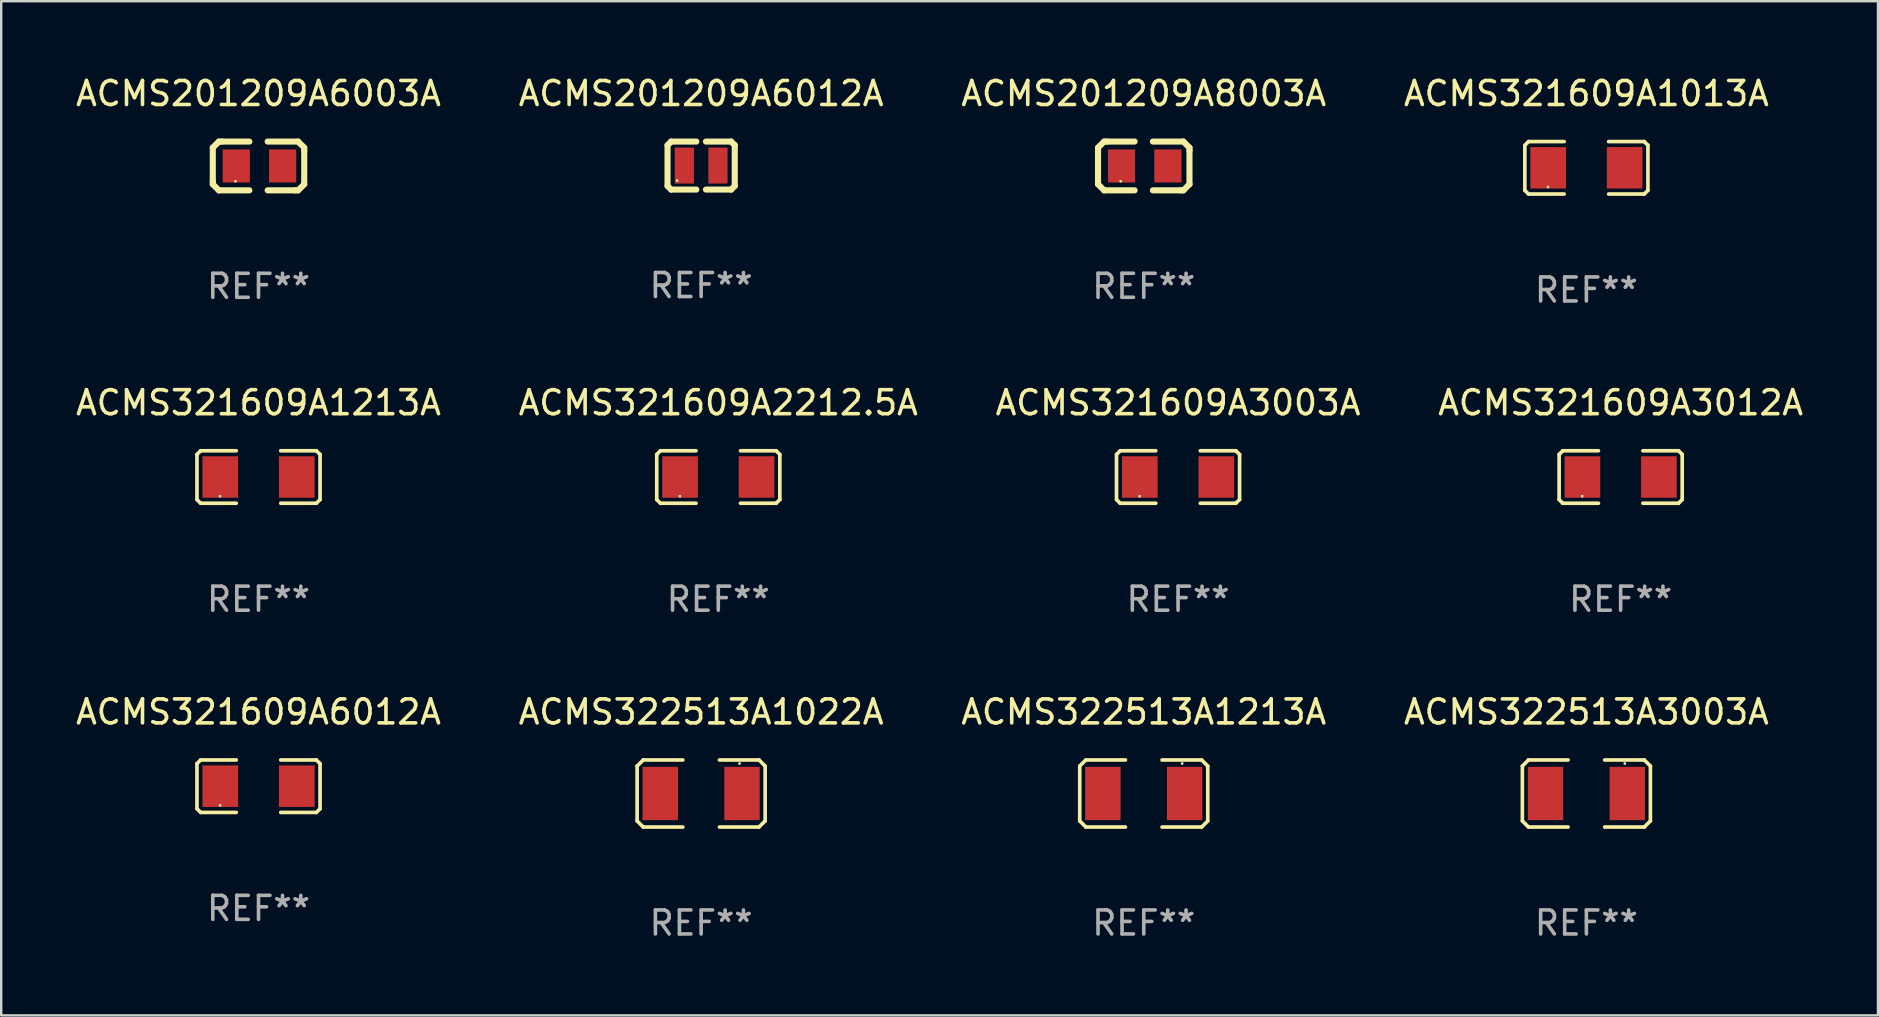
<source format=kicad_pcb>
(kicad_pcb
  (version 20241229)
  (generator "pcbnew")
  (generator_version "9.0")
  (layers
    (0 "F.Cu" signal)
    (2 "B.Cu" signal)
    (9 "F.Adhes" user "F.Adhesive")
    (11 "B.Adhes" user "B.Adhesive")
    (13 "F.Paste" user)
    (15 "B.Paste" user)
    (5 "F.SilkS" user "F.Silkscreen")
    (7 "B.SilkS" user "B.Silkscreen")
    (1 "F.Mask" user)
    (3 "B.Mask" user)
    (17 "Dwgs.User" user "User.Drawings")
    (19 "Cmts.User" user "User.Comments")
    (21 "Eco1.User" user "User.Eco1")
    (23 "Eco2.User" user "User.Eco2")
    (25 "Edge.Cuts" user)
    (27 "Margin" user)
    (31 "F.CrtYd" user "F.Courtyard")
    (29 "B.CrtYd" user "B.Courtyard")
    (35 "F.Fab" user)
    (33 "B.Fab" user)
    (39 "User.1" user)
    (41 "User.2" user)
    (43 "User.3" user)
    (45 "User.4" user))
  (footprint "ACMS201209A6003A"
    (layer "F.Cu")
    (at 7.72 3.864)
    (property "Reference" "ACMS201209A6003A" (at 0 -3.016 0) (layer "F.SilkS") (effects (font (size 1 1) (thickness 0.15))))
    (attr through_hole)
    (fp_line (start -1.905 -0.762) (end -1.905 0.635) (stroke (width 0.254) (type solid)) (layer "F.SilkS"))
    (fp_line (start -1.905 0.635) (end -1.905 0.762) (stroke (width 0.254) (type solid)) (layer "F.SilkS"))
    (fp_line (start -1.905 0.762) (end -1.651 1.016) (stroke (width 0.254) (type solid)) (layer "F.SilkS"))
    (fp_line (start -1.651 -1.016) (end -1.905 -0.762) (stroke (width 0.254) (type solid)) (layer "F.SilkS"))
    (fp_line (start -1.651 1.016) (end -0.381 1.016) (stroke (width 0.254) (type solid)) (layer "F.SilkS"))
    (fp_line (start -1.524 -1.016) (end -1.651 -1.016) (stroke (width 0.254) (type solid)) (layer "F.SilkS"))
    (fp_line (start -0.381 -1.016) (end -1.524 -1.016) (stroke (width 0.254) (type solid)) (layer "F.SilkS"))
    (fp_line (start 0.381 1.016) (end 1.524 1.016) (stroke (width 0.254) (type solid)) (layer "F.SilkS"))
    (fp_line (start 1.524 1.016) (end 1.651 1.016) (stroke (width 0.254) (type solid)) (layer "F.SilkS"))
    (fp_line (start 1.651 -1.016) (end 0.381 -1.016) (stroke (width 0.254) (type solid)) (layer "F.SilkS"))
    (fp_line (start 1.651 1.016) (end 1.905 0.762) (stroke (width 0.254) (type solid)) (layer "F.SilkS"))
    (fp_line (start 1.905 -0.762) (end 1.651 -1.016) (stroke (width 0.254) (type solid)) (layer "F.SilkS"))
    (fp_line (start 1.905 -0.635) (end 1.905 -0.762) (stroke (width 0.254) (type solid)) (layer "F.SilkS"))
    (fp_line (start 1.905 0.762) (end 1.905 -0.635) (stroke (width 0.254) (type solid)) (layer "F.SilkS"))
    (fp_circle (center -0.96 0.637) (end -0.93 0.637) (stroke (width 0.06) (type solid)) (fill no) (layer "F.SilkS"))
    (fp_text user "REF**" (at 0 5.016 0) (layer "F.Fab") (effects (font (size 1 1) (thickness 0.15))))
    (pad "1" smd rect (at -0.926 -0.000051) (size 1.133 1.377) (layers "F.Cu" "F.Mask" "F.Paste"))
    (pad "2" smd rect (at 1.006 -0.000051) (size 1.133 1.377) (layers "F.Cu" "F.Mask" "F.Paste")))
  (footprint "ACMS321609A3003A"
    (layer "F.Cu")
    (at 46.03 16.823)
    (property "Reference" "ACMS321609A3003A" (at 0 -3.093 0) (layer "F.SilkS") (effects (font (size 1 1) (thickness 0.15))))
    (attr through_hole)
    (fp_line (start -2.564 -0.94) (end -2.411 -1.093) (stroke (width 0.152) (type solid)) (layer "F.SilkS"))
    (fp_line (start -2.564 0.94) (end -2.564 -0.94) (stroke (width 0.152) (type solid)) (layer "F.SilkS"))
    (fp_line (start -2.411 -1.093) (end -0.926 -1.093) (stroke (width 0.152) (type solid)) (layer "F.SilkS"))
    (fp_line (start -2.411 1.093) (end -2.564 0.94) (stroke (width 0.152) (type solid)) (layer "F.SilkS"))
    (fp_line (start -0.926 1.093) (end -2.411 1.093) (stroke (width 0.152) (type solid)) (layer "F.SilkS"))
    (fp_line (start 0.926 1.093) (end 2.411 1.093) (stroke (width 0.152) (type solid)) (layer "F.SilkS"))
    (fp_line (start 2.411 -1.093) (end 0.926 -1.093) (stroke (width 0.152) (type solid)) (layer "F.SilkS"))
    (fp_line (start 2.411 1.093) (end 2.564 0.94) (stroke (width 0.152) (type solid)) (layer "F.SilkS"))
    (fp_line (start 2.564 -0.94) (end 2.411 -1.093) (stroke (width 0.152) (type solid)) (layer "F.SilkS"))
    (fp_line (start 2.564 0.94) (end 2.564 -0.94) (stroke (width 0.152) (type solid)) (layer "F.SilkS"))
    (fp_circle (center -1.6 0.8) (end -1.57 0.8) (stroke (width 0.06) (type solid)) (fill no) (layer "F.SilkS"))
    (fp_text user "REF**" (at 0 5.093 0) (layer "F.Fab") (effects (font (size 1 1) (thickness 0.15))))
    (pad "1" smd rect (at -1.593 0) (size 1.485 1.728) (layers "F.Cu" "F.Mask" "F.Paste"))
    (pad "2" smd rect (at 1.593 0) (size 1.485 1.728) (layers "F.Cu" "F.Mask" "F.Paste")))
  (footprint "ACMS321609A3012A"
    (layer "F.Cu")
    (at 64.47 16.823)
    (property "Reference" "ACMS321609A3012A" (at 0 -3.093 0) (layer "F.SilkS") (effects (font (size 1 1) (thickness 0.15))))
    (attr through_hole)
    (fp_line (start -2.564 -0.94) (end -2.411 -1.093) (stroke (width 0.152) (type solid)) (layer "F.SilkS"))
    (fp_line (start -2.564 0.94) (end -2.564 -0.94) (stroke (width 0.152) (type solid)) (layer "F.SilkS"))
    (fp_line (start -2.411 -1.093) (end -0.926 -1.093) (stroke (width 0.152) (type solid)) (layer "F.SilkS"))
    (fp_line (start -2.411 1.093) (end -2.564 0.94) (stroke (width 0.152) (type solid)) (layer "F.SilkS"))
    (fp_line (start -0.926 1.093) (end -2.411 1.093) (stroke (width 0.152) (type solid)) (layer "F.SilkS"))
    (fp_line (start 0.926 1.093) (end 2.411 1.093) (stroke (width 0.152) (type solid)) (layer "F.SilkS"))
    (fp_line (start 2.411 -1.093) (end 0.926 -1.093) (stroke (width 0.152) (type solid)) (layer "F.SilkS"))
    (fp_line (start 2.411 1.093) (end 2.564 0.94) (stroke (width 0.152) (type solid)) (layer "F.SilkS"))
    (fp_line (start 2.564 -0.94) (end 2.411 -1.093) (stroke (width 0.152) (type solid)) (layer "F.SilkS"))
    (fp_line (start 2.564 0.94) (end 2.564 -0.94) (stroke (width 0.152) (type solid)) (layer "F.SilkS"))
    (fp_circle (center -1.6 0.8) (end -1.57 0.8) (stroke (width 0.06) (type solid)) (fill no) (layer "F.SilkS"))
    (fp_text user "REF**" (at 0 5.093 0) (layer "F.Fab") (effects (font (size 1 1) (thickness 0.15))))
    (pad "1" smd rect (at -1.593 0) (size 1.485 1.728) (layers "F.Cu" "F.Mask" "F.Paste"))
    (pad "2" smd rect (at 1.593 0) (size 1.485 1.728) (layers "F.Cu" "F.Mask" "F.Paste")))
  (footprint "ACMS321609A1013A"
    (layer "F.Cu")
    (at 63.042 3.941)
    (property "Reference" "ACMS321609A1013A" (at 0 -3.093 0) (layer "F.SilkS") (effects (font (size 1 1) (thickness 0.15))))
    (attr through_hole)
    (fp_line (start -2.564 -0.94) (end -2.411 -1.093) (stroke (width 0.152) (type solid)) (layer "F.SilkS"))
    (fp_line (start -2.564 0.94) (end -2.564 -0.94) (stroke (width 0.152) (type solid)) (layer "F.SilkS"))
    (fp_line (start -2.411 -1.093) (end -0.926 -1.093) (stroke (width 0.152) (type solid)) (layer "F.SilkS"))
    (fp_line (start -2.411 1.093) (end -2.564 0.94) (stroke (width 0.152) (type solid)) (layer "F.SilkS"))
    (fp_line (start -0.926 1.093) (end -2.411 1.093) (stroke (width 0.152) (type solid)) (layer "F.SilkS"))
    (fp_line (start 0.926 1.093) (end 2.411 1.093) (stroke (width 0.152) (type solid)) (layer "F.SilkS"))
    (fp_line (start 2.411 -1.093) (end 0.926 -1.093) (stroke (width 0.152) (type solid)) (layer "F.SilkS"))
    (fp_line (start 2.411 1.093) (end 2.564 0.94) (stroke (width 0.152) (type solid)) (layer "F.SilkS"))
    (fp_line (start 2.564 -0.94) (end 2.411 -1.093) (stroke (width 0.152) (type solid)) (layer "F.SilkS"))
    (fp_line (start 2.564 0.94) (end 2.564 -0.94) (stroke (width 0.152) (type solid)) (layer "F.SilkS"))
    (fp_circle (center -1.6 0.8) (end -1.57 0.8) (stroke (width 0.06) (type solid)) (fill no) (layer "F.SilkS"))
    (fp_text user "REF**" (at 0 5.093 0) (layer "F.Fab") (effects (font (size 1 1) (thickness 0.15))))
    (pad "1" smd rect (at -1.593 0) (size 1.485 1.728) (layers "F.Cu" "F.Mask" "F.Paste"))
    (pad "2" smd rect (at 1.593 0) (size 1.485 1.728) (layers "F.Cu" "F.Mask" "F.Paste")))
  (footprint "ACMS201209A6012A"
    (layer "F.Cu")
    (at 26.161 3.848)
    (property "Reference" "ACMS201209A6012A" (at 0 -3 0) (layer "F.SilkS") (effects (font (size 1 1) (thickness 0.15))))
    (attr through_hole)
    (fp_line (start -1.4 -0.85) (end -1.4 0.85) (stroke (width 0.254) (type solid)) (layer "F.SilkS"))
    (fp_line (start -1.4 0.85) (end -1.25 1) (stroke (width 0.254) (type solid)) (layer "F.SilkS"))
    (fp_line (start -1.25 -1) (end -1.4 -0.85) (stroke (width 0.254) (type solid)) (layer "F.SilkS"))
    (fp_line (start -1.25 1) (end -0.2 1) (stroke (width 0.254) (type solid)) (layer "F.SilkS"))
    (fp_line (start -0.2 -1) (end -1.25 -1) (stroke (width 0.254) (type solid)) (layer "F.SilkS"))
    (fp_line (start 0.2 1) (end 1.25 1) (stroke (width 0.254) (type solid)) (layer "F.SilkS"))
    (fp_line (start 1.25 -1) (end 0.2 -1) (stroke (width 0.254) (type solid)) (layer "F.SilkS"))
    (fp_line (start 1.25 1) (end 1.4 0.85) (stroke (width 0.254) (type solid)) (layer "F.SilkS"))
    (fp_line (start 1.4 -0.85) (end 1.25 -1) (stroke (width 0.254) (type solid)) (layer "F.SilkS"))
    (fp_line (start 1.4 0.85) (end 1.4 -0.85) (stroke (width 0.254) (type solid)) (layer "F.SilkS"))
    (fp_circle (center -1 0.625) (end -0.97 0.625) (stroke (width 0.06) (type solid)) (fill no) (layer "F.SilkS"))
    (fp_text user "REF**" (at 0 5 0) (layer "F.Fab") (effects (font (size 1 1) (thickness 0.15))))
    (pad "1" smd rect (at -0.7 -0.000114 180) (size 0.8 1.5) (layers "F.Cu" "F.Mask" "F.Paste"))
    (pad "2" smd rect (at 0.7 -0.000114 180) (size 0.8 1.5) (layers "F.Cu" "F.Mask" "F.Paste")))
  (footprint "ACMS322513A1213A"
    (layer "F.Cu")
    (at 44.601 30.009)
    (property "Reference" "ACMS322513A1213A" (at 0 -3.397 0) (layer "F.SilkS") (effects (font (size 1 1) (thickness 0.15))))
    (attr through_hole)
    (fp_line (start -2.667 -1.143) (end -2.413 -1.397) (stroke (width 0.152) (type solid)) (layer "F.SilkS"))
    (fp_line (start -2.667 1.143) (end -2.667 -1.143) (stroke (width 0.152) (type solid)) (layer "F.SilkS"))
    (fp_line (start -2.413 -1.397) (end -0.762 -1.397) (stroke (width 0.152) (type solid)) (layer "F.SilkS"))
    (fp_line (start -2.413 1.397) (end -2.667 1.143) (stroke (width 0.152) (type solid)) (layer "F.SilkS"))
    (fp_line (start -0.762 1.397) (end -2.413 1.397) (stroke (width 0.152) (type solid)) (layer "F.SilkS"))
    (fp_line (start 0.762 -1.397) (end 2.413 -1.397) (stroke (width 0.152) (type solid)) (layer "F.SilkS"))
    (fp_line (start 2.413 -1.397) (end 2.667 -1.143) (stroke (width 0.152) (type solid)) (layer "F.SilkS"))
    (fp_line (start 2.413 1.397) (end 0.762 1.397) (stroke (width 0.152) (type solid)) (layer "F.SilkS"))
    (fp_line (start 2.667 -1.143) (end 2.667 1.143) (stroke (width 0.152) (type solid)) (layer "F.SilkS"))
    (fp_line (start 2.667 1.143) (end 2.413 1.397) (stroke (width 0.152) (type solid)) (layer "F.SilkS"))
    (fp_circle (center 1.6 -1.25) (end 1.63 -1.25) (stroke (width 0.06) (type solid)) (fill no) (layer "F.SilkS"))
    (fp_text user "REF**" (at 0 5.397 0) (layer "F.Fab") (effects (font (size 1 1) (thickness 0.15))))
    (pad "1" smd rect (at 1.703 0) (size 1.474 2.22) (layers "F.Cu" "F.Mask" "F.Paste"))
    (pad "2" smd rect (at -1.703 0) (size 1.474 2.22) (layers "F.Cu" "F.Mask" "F.Paste")))
  (footprint "ACMS322513A3003A"
    (layer "F.Cu")
    (at 63.042 30.009)
    (property "Reference" "ACMS322513A3003A" (at 0 -3.397 0) (layer "F.SilkS") (effects (font (size 1 1) (thickness 0.15))))
    (attr through_hole)
    (fp_line (start -2.667 -1.143) (end -2.413 -1.397) (stroke (width 0.152) (type solid)) (layer "F.SilkS"))
    (fp_line (start -2.667 1.143) (end -2.667 -1.143) (stroke (width 0.152) (type solid)) (layer "F.SilkS"))
    (fp_line (start -2.413 -1.397) (end -0.762 -1.397) (stroke (width 0.152) (type solid)) (layer "F.SilkS"))
    (fp_line (start -2.413 1.397) (end -2.667 1.143) (stroke (width 0.152) (type solid)) (layer "F.SilkS"))
    (fp_line (start -0.762 1.397) (end -2.413 1.397) (stroke (width 0.152) (type solid)) (layer "F.SilkS"))
    (fp_line (start 0.762 -1.397) (end 2.413 -1.397) (stroke (width 0.152) (type solid)) (layer "F.SilkS"))
    (fp_line (start 2.413 -1.397) (end 2.667 -1.143) (stroke (width 0.152) (type solid)) (layer "F.SilkS"))
    (fp_line (start 2.413 1.397) (end 0.762 1.397) (stroke (width 0.152) (type solid)) (layer "F.SilkS"))
    (fp_line (start 2.667 -1.143) (end 2.667 1.143) (stroke (width 0.152) (type solid)) (layer "F.SilkS"))
    (fp_line (start 2.667 1.143) (end 2.413 1.397) (stroke (width 0.152) (type solid)) (layer "F.SilkS"))
    (fp_circle (center 1.6 -1.25) (end 1.63 -1.25) (stroke (width 0.06) (type solid)) (fill no) (layer "F.SilkS"))
    (fp_text user "REF**" (at 0 5.397 0) (layer "F.Fab") (effects (font (size 1 1) (thickness 0.15))))
    (pad "1" smd rect (at 1.703 0) (size 1.474 2.22) (layers "F.Cu" "F.Mask" "F.Paste"))
    (pad "2" smd rect (at -1.703 0) (size 1.474 2.22) (layers "F.Cu" "F.Mask" "F.Paste")))
  (footprint "ACMS322513A1022A"
    (layer "F.Cu")
    (at 26.161 30.009)
    (property "Reference" "ACMS322513A1022A" (at 0 -3.397 0) (layer "F.SilkS") (effects (font (size 1 1) (thickness 0.15))))
    (attr through_hole)
    (fp_line (start -2.667 -1.143) (end -2.413 -1.397) (stroke (width 0.152) (type solid)) (layer "F.SilkS"))
    (fp_line (start -2.667 1.143) (end -2.667 -1.143) (stroke (width 0.152) (type solid)) (layer "F.SilkS"))
    (fp_line (start -2.413 -1.397) (end -0.762 -1.397) (stroke (width 0.152) (type solid)) (layer "F.SilkS"))
    (fp_line (start -2.413 1.397) (end -2.667 1.143) (stroke (width 0.152) (type solid)) (layer "F.SilkS"))
    (fp_line (start -0.762 1.397) (end -2.413 1.397) (stroke (width 0.152) (type solid)) (layer "F.SilkS"))
    (fp_line (start 0.762 -1.397) (end 2.413 -1.397) (stroke (width 0.152) (type solid)) (layer "F.SilkS"))
    (fp_line (start 2.413 -1.397) (end 2.667 -1.143) (stroke (width 0.152) (type solid)) (layer "F.SilkS"))
    (fp_line (start 2.413 1.397) (end 0.762 1.397) (stroke (width 0.152) (type solid)) (layer "F.SilkS"))
    (fp_line (start 2.667 -1.143) (end 2.667 1.143) (stroke (width 0.152) (type solid)) (layer "F.SilkS"))
    (fp_line (start 2.667 1.143) (end 2.413 1.397) (stroke (width 0.152) (type solid)) (layer "F.SilkS"))
    (fp_circle (center 1.6 -1.25) (end 1.63 -1.25) (stroke (width 0.06) (type solid)) (fill no) (layer "F.SilkS"))
    (fp_text user "REF**" (at 0 5.397 0) (layer "F.Fab") (effects (font (size 1 1) (thickness 0.15))))
    (pad "1" smd rect (at 1.703 0) (size 1.474 2.22) (layers "F.Cu" "F.Mask" "F.Paste"))
    (pad "2" smd rect (at -1.703 0) (size 1.474 2.22) (layers "F.Cu" "F.Mask" "F.Paste")))
  (footprint "ACMS321609A2212.5A"
    (layer "F.Cu")
    (at 26.875 16.823)
    (property "Reference" "ACMS321609A2212.5A" (at 0 -3.093 0) (layer "F.SilkS") (effects (font (size 1 1) (thickness 0.15))))
    (attr through_hole)
    (fp_line (start -2.564 -0.94) (end -2.411 -1.093) (stroke (width 0.152) (type solid)) (layer "F.SilkS"))
    (fp_line (start -2.564 0.94) (end -2.564 -0.94) (stroke (width 0.152) (type solid)) (layer "F.SilkS"))
    (fp_line (start -2.411 -1.093) (end -0.926 -1.093) (stroke (width 0.152) (type solid)) (layer "F.SilkS"))
    (fp_line (start -2.411 1.093) (end -2.564 0.94) (stroke (width 0.152) (type solid)) (layer "F.SilkS"))
    (fp_line (start -0.926 1.093) (end -2.411 1.093) (stroke (width 0.152) (type solid)) (layer "F.SilkS"))
    (fp_line (start 0.926 1.093) (end 2.411 1.093) (stroke (width 0.152) (type solid)) (layer "F.SilkS"))
    (fp_line (start 2.411 -1.093) (end 0.926 -1.093) (stroke (width 0.152) (type solid)) (layer "F.SilkS"))
    (fp_line (start 2.411 1.093) (end 2.564 0.94) (stroke (width 0.152) (type solid)) (layer "F.SilkS"))
    (fp_line (start 2.564 -0.94) (end 2.411 -1.093) (stroke (width 0.152) (type solid)) (layer "F.SilkS"))
    (fp_line (start 2.564 0.94) (end 2.564 -0.94) (stroke (width 0.152) (type solid)) (layer "F.SilkS"))
    (fp_circle (center -1.6 0.8) (end -1.57 0.8) (stroke (width 0.06) (type solid)) (fill no) (layer "F.SilkS"))
    (fp_text user "REF**" (at 0 5.093 0) (layer "F.Fab") (effects (font (size 1 1) (thickness 0.15))))
    (pad "1" smd rect (at -1.593 0) (size 1.485 1.728) (layers "F.Cu" "F.Mask" "F.Paste"))
    (pad "2" smd rect (at 1.593 0) (size 1.485 1.728) (layers "F.Cu" "F.Mask" "F.Paste")))
  (footprint "ACMS321609A6012A"
    (layer "F.Cu")
    (at 7.72 29.704)
    (property "Reference" "ACMS321609A6012A" (at 0 -3.093 0) (layer "F.SilkS") (effects (font (size 1 1) (thickness 0.15))))
    (attr through_hole)
    (fp_line (start -2.564 -0.94) (end -2.411 -1.093) (stroke (width 0.152) (type solid)) (layer "F.SilkS"))
    (fp_line (start -2.564 0.94) (end -2.564 -0.94) (stroke (width 0.152) (type solid)) (layer "F.SilkS"))
    (fp_line (start -2.411 -1.093) (end -0.926 -1.093) (stroke (width 0.152) (type solid)) (layer "F.SilkS"))
    (fp_line (start -2.411 1.093) (end -2.564 0.94) (stroke (width 0.152) (type solid)) (layer "F.SilkS"))
    (fp_line (start -0.926 1.093) (end -2.411 1.093) (stroke (width 0.152) (type solid)) (layer "F.SilkS"))
    (fp_line (start 0.926 1.093) (end 2.411 1.093) (stroke (width 0.152) (type solid)) (layer "F.SilkS"))
    (fp_line (start 2.411 -1.093) (end 0.926 -1.093) (stroke (width 0.152) (type solid)) (layer "F.SilkS"))
    (fp_line (start 2.411 1.093) (end 2.564 0.94) (stroke (width 0.152) (type solid)) (layer "F.SilkS"))
    (fp_line (start 2.564 -0.94) (end 2.411 -1.093) (stroke (width 0.152) (type solid)) (layer "F.SilkS"))
    (fp_line (start 2.564 0.94) (end 2.564 -0.94) (stroke (width 0.152) (type solid)) (layer "F.SilkS"))
    (fp_circle (center -1.6 0.8) (end -1.57 0.8) (stroke (width 0.06) (type solid)) (fill no) (layer "F.SilkS"))
    (fp_text user "REF**" (at 0 5.093 0) (layer "F.Fab") (effects (font (size 1 1) (thickness 0.15))))
    (pad "1" smd rect (at -1.593 0) (size 1.485 1.728) (layers "F.Cu" "F.Mask" "F.Paste"))
    (pad "2" smd rect (at 1.593 0) (size 1.485 1.728) (layers "F.Cu" "F.Mask" "F.Paste")))
  (footprint "ACMS321609A1213A"
    (layer "F.Cu")
    (at 7.72 16.823)
    (property "Reference" "ACMS321609A1213A" (at 0 -3.093 0) (layer "F.SilkS") (effects (font (size 1 1) (thickness 0.15))))
    (attr through_hole)
    (fp_line (start -2.564 -0.94) (end -2.411 -1.093) (stroke (width 0.152) (type solid)) (layer "F.SilkS"))
    (fp_line (start -2.564 0.94) (end -2.564 -0.94) (stroke (width 0.152) (type solid)) (layer "F.SilkS"))
    (fp_line (start -2.411 -1.093) (end -0.926 -1.093) (stroke (width 0.152) (type solid)) (layer "F.SilkS"))
    (fp_line (start -2.411 1.093) (end -2.564 0.94) (stroke (width 0.152) (type solid)) (layer "F.SilkS"))
    (fp_line (start -0.926 1.093) (end -2.411 1.093) (stroke (width 0.152) (type solid)) (layer "F.SilkS"))
    (fp_line (start 0.926 1.093) (end 2.411 1.093) (stroke (width 0.152) (type solid)) (layer "F.SilkS"))
    (fp_line (start 2.411 -1.093) (end 0.926 -1.093) (stroke (width 0.152) (type solid)) (layer "F.SilkS"))
    (fp_line (start 2.411 1.093) (end 2.564 0.94) (stroke (width 0.152) (type solid)) (layer "F.SilkS"))
    (fp_line (start 2.564 -0.94) (end 2.411 -1.093) (stroke (width 0.152) (type solid)) (layer "F.SilkS"))
    (fp_line (start 2.564 0.94) (end 2.564 -0.94) (stroke (width 0.152) (type solid)) (layer "F.SilkS"))
    (fp_circle (center -1.6 0.8) (end -1.57 0.8) (stroke (width 0.06) (type solid)) (fill no) (layer "F.SilkS"))
    (fp_text user "REF**" (at 0 5.093 0) (layer "F.Fab") (effects (font (size 1 1) (thickness 0.15))))
    (pad "1" smd rect (at -1.593 0) (size 1.485 1.728) (layers "F.Cu" "F.Mask" "F.Paste"))
    (pad "2" smd rect (at 1.593 0) (size 1.485 1.728) (layers "F.Cu" "F.Mask" "F.Paste")))
  (footprint "ACMS201209A8003A"
    (layer "F.Cu")
    (at 44.601 3.864)
    (property "Reference" "ACMS201209A8003A" (at 0 -3.016 0) (layer "F.SilkS") (effects (font (size 1 1) (thickness 0.15))))
    (attr through_hole)
    (fp_line (start -1.905 -0.762) (end -1.905 0.635) (stroke (width 0.254) (type solid)) (layer "F.SilkS"))
    (fp_line (start -1.905 0.635) (end -1.905 0.762) (stroke (width 0.254) (type solid)) (layer "F.SilkS"))
    (fp_line (start -1.905 0.762) (end -1.651 1.016) (stroke (width 0.254) (type solid)) (layer "F.SilkS"))
    (fp_line (start -1.651 -1.016) (end -1.905 -0.762) (stroke (width 0.254) (type solid)) (layer "F.SilkS"))
    (fp_line (start -1.651 1.016) (end -0.381 1.016) (stroke (width 0.254) (type solid)) (layer "F.SilkS"))
    (fp_line (start -1.524 -1.016) (end -1.651 -1.016) (stroke (width 0.254) (type solid)) (layer "F.SilkS"))
    (fp_line (start -0.381 -1.016) (end -1.524 -1.016) (stroke (width 0.254) (type solid)) (layer "F.SilkS"))
    (fp_line (start 0.381 1.016) (end 1.524 1.016) (stroke (width 0.254) (type solid)) (layer "F.SilkS"))
    (fp_line (start 1.524 1.016) (end 1.651 1.016) (stroke (width 0.254) (type solid)) (layer "F.SilkS"))
    (fp_line (start 1.651 -1.016) (end 0.381 -1.016) (stroke (width 0.254) (type solid)) (layer "F.SilkS"))
    (fp_line (start 1.651 1.016) (end 1.905 0.762) (stroke (width 0.254) (type solid)) (layer "F.SilkS"))
    (fp_line (start 1.905 -0.762) (end 1.651 -1.016) (stroke (width 0.254) (type solid)) (layer "F.SilkS"))
    (fp_line (start 1.905 -0.635) (end 1.905 -0.762) (stroke (width 0.254) (type solid)) (layer "F.SilkS"))
    (fp_line (start 1.905 0.762) (end 1.905 -0.635) (stroke (width 0.254) (type solid)) (layer "F.SilkS"))
    (fp_circle (center -0.96 0.637) (end -0.93 0.637) (stroke (width 0.06) (type solid)) (fill no) (layer "F.SilkS"))
    (fp_text user "REF**" (at 0 5.016 0) (layer "F.Fab") (effects (font (size 1 1) (thickness 0.15))))
    (pad "1" smd rect (at -0.926 -0.000051) (size 1.133 1.377) (layers "F.Cu" "F.Mask" "F.Paste"))
    (pad "2" smd rect (at 1.006 -0.000051) (size 1.133 1.377) (layers "F.Cu" "F.Mask" "F.Paste")))
  (gr_rect
    (start -3 -3)
    (end 75.19 39.254)
    (stroke (width 0.1) (type default))
    (fill no)
    (layer "Edge.Cuts")))
</source>
